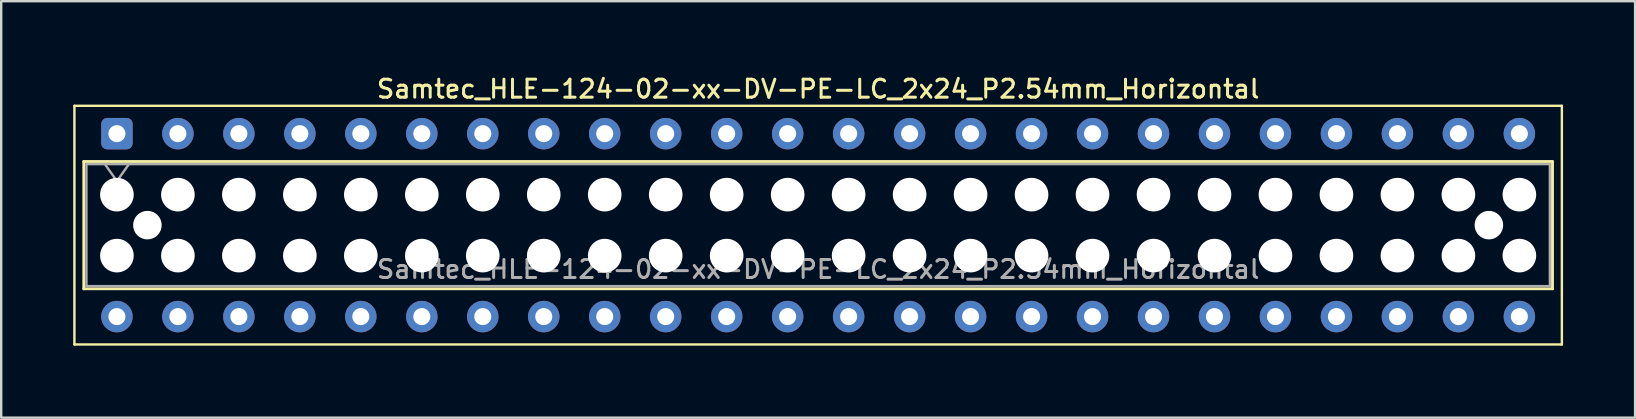
<source format=kicad_pcb>
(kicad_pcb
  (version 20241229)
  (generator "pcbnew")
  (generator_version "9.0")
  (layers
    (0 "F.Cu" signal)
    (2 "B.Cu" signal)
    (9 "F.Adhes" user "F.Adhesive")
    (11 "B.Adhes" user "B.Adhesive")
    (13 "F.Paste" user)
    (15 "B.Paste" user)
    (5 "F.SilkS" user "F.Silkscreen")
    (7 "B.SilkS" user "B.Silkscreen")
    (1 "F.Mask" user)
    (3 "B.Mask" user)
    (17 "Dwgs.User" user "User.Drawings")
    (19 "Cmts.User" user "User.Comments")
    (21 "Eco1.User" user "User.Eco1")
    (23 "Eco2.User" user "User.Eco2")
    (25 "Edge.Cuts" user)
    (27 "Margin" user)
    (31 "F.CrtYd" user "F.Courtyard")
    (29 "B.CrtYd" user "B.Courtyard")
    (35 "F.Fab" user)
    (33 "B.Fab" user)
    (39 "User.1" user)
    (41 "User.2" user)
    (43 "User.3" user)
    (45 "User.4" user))
  (footprint "Samtec_HLE-124-02-xx-DV-PE-LC_2x24_P2.54mm_Horizontal"
    (layer "F.Cu")
    (at 1.82 2.518)
    (property "Reference" "Samtec_HLE-124-02-xx-DV-PE-LC_2x24_P2.54mm_Horizontal" (at 29.21 -1.86 0) (layer "F.SilkS") (effects (font (size 0.75 0.75) (thickness 0.125))))
    (attr through_hole)
    (fp_line (start -1.77 -1.16) (end 60.19 -1.16) (stroke (width 0.1) (type solid)) (layer "F.SilkS"))
    (fp_line (start -1.77 8.78) (end -1.77 -1.16) (stroke (width 0.1) (type solid)) (layer "F.SilkS"))
    (fp_line (start -1.38 1.16) (end 59.8 1.16) (stroke (width 0.12) (type solid)) (layer "F.SilkS"))
    (fp_line (start -1.38 6.46) (end -1.38 1.16) (stroke (width 0.12) (type solid)) (layer "F.SilkS"))
    (fp_line (start 59.8 1.16) (end 59.8 6.46) (stroke (width 0.12) (type solid)) (layer "F.SilkS"))
    (fp_line (start 59.8 6.46) (end -1.38 6.46) (stroke (width 0.12) (type solid)) (layer "F.SilkS"))
    (fp_line (start 60.19 -1.16) (end 60.19 8.78) (stroke (width 0.1) (type solid)) (layer "F.SilkS"))
    (fp_line (start 60.19 8.78) (end -1.77 8.78) (stroke (width 0.1) (type solid)) (layer "F.SilkS"))
    (fp_line (start -1.27 1.27) (end 59.69 1.27) (stroke (width 0.1) (type solid)) (layer "F.Fab"))
    (fp_line (start -1.27 6.35) (end -1.27 1.27) (stroke (width 0.1) (type solid)) (layer "F.Fab"))
    (fp_line (start -0.5 1.27) (end 0 1.977) (stroke (width 0.1) (type solid)) (layer "F.Fab"))
    (fp_line (start 0 1.977) (end 0.5 1.27) (stroke (width 0.1) (type solid)) (layer "F.Fab"))
    (fp_line (start 59.69 1.27) (end 59.69 6.35) (stroke (width 0.1) (type solid)) (layer "F.Fab"))
    (fp_line (start 59.69 6.35) (end -1.27 6.35) (stroke (width 0.1) (type solid)) (layer "F.Fab"))
    (fp_text user "${REFERENCE}" (at 29.21 5.65 0) (layer "F.Fab") (effects (font (size 0.75 0.75) (thickness 0.125))))
    (pad "" np_thru_hole circle (at 0 2.54) (size 1.4 1.4) (drill 1.4) (layers "*.Cu" "*.Mask"))
    (pad "" np_thru_hole circle (at 0 5.08) (size 1.4 1.4) (drill 1.4) (layers "*.Cu" "*.Mask"))
    (pad "" np_thru_hole circle (at 1.27 3.81) (size 1.19 1.19) (drill 1.19) (layers "*.Cu" "*.Mask"))
    (pad "" np_thru_hole circle (at 2.54 2.54) (size 1.4 1.4) (drill 1.4) (layers "*.Cu" "*.Mask"))
    (pad "" np_thru_hole circle (at 2.54 5.08) (size 1.4 1.4) (drill 1.4) (layers "*.Cu" "*.Mask"))
    (pad "" np_thru_hole circle (at 5.08 2.54) (size 1.4 1.4) (drill 1.4) (layers "*.Cu" "*.Mask"))
    (pad "" np_thru_hole circle (at 5.08 5.08) (size 1.4 1.4) (drill 1.4) (layers "*.Cu" "*.Mask"))
    (pad "" np_thru_hole circle (at 7.62 2.54) (size 1.4 1.4) (drill 1.4) (layers "*.Cu" "*.Mask"))
    (pad "" np_thru_hole circle (at 7.62 5.08) (size 1.4 1.4) (drill 1.4) (layers "*.Cu" "*.Mask"))
    (pad "" np_thru_hole circle (at 10.16 2.54) (size 1.4 1.4) (drill 1.4) (layers "*.Cu" "*.Mask"))
    (pad "" np_thru_hole circle (at 10.16 5.08) (size 1.4 1.4) (drill 1.4) (layers "*.Cu" "*.Mask"))
    (pad "" np_thru_hole circle (at 12.7 2.54) (size 1.4 1.4) (drill 1.4) (layers "*.Cu" "*.Mask"))
    (pad "" np_thru_hole circle (at 12.7 5.08) (size 1.4 1.4) (drill 1.4) (layers "*.Cu" "*.Mask"))
    (pad "" np_thru_hole circle (at 15.24 2.54) (size 1.4 1.4) (drill 1.4) (layers "*.Cu" "*.Mask"))
    (pad "" np_thru_hole circle (at 15.24 5.08) (size 1.4 1.4) (drill 1.4) (layers "*.Cu" "*.Mask"))
    (pad "" np_thru_hole circle (at 17.78 2.54) (size 1.4 1.4) (drill 1.4) (layers "*.Cu" "*.Mask"))
    (pad "" np_thru_hole circle (at 17.78 5.08) (size 1.4 1.4) (drill 1.4) (layers "*.Cu" "*.Mask"))
    (pad "" np_thru_hole circle (at 20.32 2.54) (size 1.4 1.4) (drill 1.4) (layers "*.Cu" "*.Mask"))
    (pad "" np_thru_hole circle (at 20.32 5.08) (size 1.4 1.4) (drill 1.4) (layers "*.Cu" "*.Mask"))
    (pad "" np_thru_hole circle (at 22.86 2.54) (size 1.4 1.4) (drill 1.4) (layers "*.Cu" "*.Mask"))
    (pad "" np_thru_hole circle (at 22.86 5.08) (size 1.4 1.4) (drill 1.4) (layers "*.Cu" "*.Mask"))
    (pad "" np_thru_hole circle (at 25.4 2.54) (size 1.4 1.4) (drill 1.4) (layers "*.Cu" "*.Mask"))
    (pad "" np_thru_hole circle (at 25.4 5.08) (size 1.4 1.4) (drill 1.4) (layers "*.Cu" "*.Mask"))
    (pad "" np_thru_hole circle (at 27.94 2.54) (size 1.4 1.4) (drill 1.4) (layers "*.Cu" "*.Mask"))
    (pad "" np_thru_hole circle (at 27.94 5.08) (size 1.4 1.4) (drill 1.4) (layers "*.Cu" "*.Mask"))
    (pad "" np_thru_hole circle (at 30.48 2.54) (size 1.4 1.4) (drill 1.4) (layers "*.Cu" "*.Mask"))
    (pad "" np_thru_hole circle (at 30.48 5.08) (size 1.4 1.4) (drill 1.4) (layers "*.Cu" "*.Mask"))
    (pad "" np_thru_hole circle (at 33.02 2.54) (size 1.4 1.4) (drill 1.4) (layers "*.Cu" "*.Mask"))
    (pad "" np_thru_hole circle (at 33.02 5.08) (size 1.4 1.4) (drill 1.4) (layers "*.Cu" "*.Mask"))
    (pad "" np_thru_hole circle (at 35.56 2.54) (size 1.4 1.4) (drill 1.4) (layers "*.Cu" "*.Mask"))
    (pad "" np_thru_hole circle (at 35.56 5.08) (size 1.4 1.4) (drill 1.4) (layers "*.Cu" "*.Mask"))
    (pad "" np_thru_hole circle (at 38.1 2.54) (size 1.4 1.4) (drill 1.4) (layers "*.Cu" "*.Mask"))
    (pad "" np_thru_hole circle (at 38.1 5.08) (size 1.4 1.4) (drill 1.4) (layers "*.Cu" "*.Mask"))
    (pad "" np_thru_hole circle (at 40.64 2.54) (size 1.4 1.4) (drill 1.4) (layers "*.Cu" "*.Mask"))
    (pad "" np_thru_hole circle (at 40.64 5.08) (size 1.4 1.4) (drill 1.4) (layers "*.Cu" "*.Mask"))
    (pad "" np_thru_hole circle (at 43.18 2.54) (size 1.4 1.4) (drill 1.4) (layers "*.Cu" "*.Mask"))
    (pad "" np_thru_hole circle (at 43.18 5.08) (size 1.4 1.4) (drill 1.4) (layers "*.Cu" "*.Mask"))
    (pad "" np_thru_hole circle (at 45.72 2.54) (size 1.4 1.4) (drill 1.4) (layers "*.Cu" "*.Mask"))
    (pad "" np_thru_hole circle (at 45.72 5.08) (size 1.4 1.4) (drill 1.4) (layers "*.Cu" "*.Mask"))
    (pad "" np_thru_hole circle (at 48.26 2.54) (size 1.4 1.4) (drill 1.4) (layers "*.Cu" "*.Mask"))
    (pad "" np_thru_hole circle (at 48.26 5.08) (size 1.4 1.4) (drill 1.4) (layers "*.Cu" "*.Mask"))
    (pad "" np_thru_hole circle (at 50.8 2.54) (size 1.4 1.4) (drill 1.4) (layers "*.Cu" "*.Mask"))
    (pad "" np_thru_hole circle (at 50.8 5.08) (size 1.4 1.4) (drill 1.4) (layers "*.Cu" "*.Mask"))
    (pad "" np_thru_hole circle (at 53.34 2.54) (size 1.4 1.4) (drill 1.4) (layers "*.Cu" "*.Mask"))
    (pad "" np_thru_hole circle (at 53.34 5.08) (size 1.4 1.4) (drill 1.4) (layers "*.Cu" "*.Mask"))
    (pad "" np_thru_hole circle (at 55.88 2.54) (size 1.4 1.4) (drill 1.4) (layers "*.Cu" "*.Mask"))
    (pad "" np_thru_hole circle (at 55.88 5.08) (size 1.4 1.4) (drill 1.4) (layers "*.Cu" "*.Mask"))
    (pad "" np_thru_hole circle (at 57.15 3.81) (size 1.19 1.19) (drill 1.19) (layers "*.Cu" "*.Mask"))
    (pad "" np_thru_hole circle (at 58.42 2.54) (size 1.4 1.4) (drill 1.4) (layers "*.Cu" "*.Mask"))
    (pad "" np_thru_hole circle (at 58.42 5.08) (size 1.4 1.4) (drill 1.4) (layers "*.Cu" "*.Mask"))
    (pad "1" thru_hole roundrect (at 0 0) (size 1.31 1.31) (drill 0.71) (layers "*.Cu" "*.Mask") (roundrect_rratio 0.191))
    (pad "2" thru_hole circle (at 0 7.62) (size 1.31 1.31) (drill 0.71) (layers "*.Cu" "*.Mask"))
    (pad "3" thru_hole circle (at 2.54 0) (size 1.31 1.31) (drill 0.71) (layers "*.Cu" "*.Mask"))
    (pad "4" thru_hole circle (at 2.54 7.62) (size 1.31 1.31) (drill 0.71) (layers "*.Cu" "*.Mask"))
    (pad "5" thru_hole circle (at 5.08 0) (size 1.31 1.31) (drill 0.71) (layers "*.Cu" "*.Mask"))
    (pad "6" thru_hole circle (at 5.08 7.62) (size 1.31 1.31) (drill 0.71) (layers "*.Cu" "*.Mask"))
    (pad "7" thru_hole circle (at 7.62 0) (size 1.31 1.31) (drill 0.71) (layers "*.Cu" "*.Mask"))
    (pad "8" thru_hole circle (at 7.62 7.62) (size 1.31 1.31) (drill 0.71) (layers "*.Cu" "*.Mask"))
    (pad "9" thru_hole circle (at 10.16 0) (size 1.31 1.31) (drill 0.71) (layers "*.Cu" "*.Mask"))
    (pad "10" thru_hole circle (at 10.16 7.62) (size 1.31 1.31) (drill 0.71) (layers "*.Cu" "*.Mask"))
    (pad "11" thru_hole circle (at 12.7 0) (size 1.31 1.31) (drill 0.71) (layers "*.Cu" "*.Mask"))
    (pad "12" thru_hole circle (at 12.7 7.62) (size 1.31 1.31) (drill 0.71) (layers "*.Cu" "*.Mask"))
    (pad "13" thru_hole circle (at 15.24 0) (size 1.31 1.31) (drill 0.71) (layers "*.Cu" "*.Mask"))
    (pad "14" thru_hole circle (at 15.24 7.62) (size 1.31 1.31) (drill 0.71) (layers "*.Cu" "*.Mask"))
    (pad "15" thru_hole circle (at 17.78 0) (size 1.31 1.31) (drill 0.71) (layers "*.Cu" "*.Mask"))
    (pad "16" thru_hole circle (at 17.78 7.62) (size 1.31 1.31) (drill 0.71) (layers "*.Cu" "*.Mask"))
    (pad "17" thru_hole circle (at 20.32 0) (size 1.31 1.31) (drill 0.71) (layers "*.Cu" "*.Mask"))
    (pad "18" thru_hole circle (at 20.32 7.62) (size 1.31 1.31) (drill 0.71) (layers "*.Cu" "*.Mask"))
    (pad "19" thru_hole circle (at 22.86 0) (size 1.31 1.31) (drill 0.71) (layers "*.Cu" "*.Mask"))
    (pad "20" thru_hole circle (at 22.86 7.62) (size 1.31 1.31) (drill 0.71) (layers "*.Cu" "*.Mask"))
    (pad "21" thru_hole circle (at 25.4 0) (size 1.31 1.31) (drill 0.71) (layers "*.Cu" "*.Mask"))
    (pad "22" thru_hole circle (at 25.4 7.62) (size 1.31 1.31) (drill 0.71) (layers "*.Cu" "*.Mask"))
    (pad "23" thru_hole circle (at 27.94 0) (size 1.31 1.31) (drill 0.71) (layers "*.Cu" "*.Mask"))
    (pad "24" thru_hole circle (at 27.94 7.62) (size 1.31 1.31) (drill 0.71) (layers "*.Cu" "*.Mask"))
    (pad "25" thru_hole circle (at 30.48 0) (size 1.31 1.31) (drill 0.71) (layers "*.Cu" "*.Mask"))
    (pad "26" thru_hole circle (at 30.48 7.62) (size 1.31 1.31) (drill 0.71) (layers "*.Cu" "*.Mask"))
    (pad "27" thru_hole circle (at 33.02 0) (size 1.31 1.31) (drill 0.71) (layers "*.Cu" "*.Mask"))
    (pad "28" thru_hole circle (at 33.02 7.62) (size 1.31 1.31) (drill 0.71) (layers "*.Cu" "*.Mask"))
    (pad "29" thru_hole circle (at 35.56 0) (size 1.31 1.31) (drill 0.71) (layers "*.Cu" "*.Mask"))
    (pad "30" thru_hole circle (at 35.56 7.62) (size 1.31 1.31) (drill 0.71) (layers "*.Cu" "*.Mask"))
    (pad "31" thru_hole circle (at 38.1 0) (size 1.31 1.31) (drill 0.71) (layers "*.Cu" "*.Mask"))
    (pad "32" thru_hole circle (at 38.1 7.62) (size 1.31 1.31) (drill 0.71) (layers "*.Cu" "*.Mask"))
    (pad "33" thru_hole circle (at 40.64 0) (size 1.31 1.31) (drill 0.71) (layers "*.Cu" "*.Mask"))
    (pad "34" thru_hole circle (at 40.64 7.62) (size 1.31 1.31) (drill 0.71) (layers "*.Cu" "*.Mask"))
    (pad "35" thru_hole circle (at 43.18 0) (size 1.31 1.31) (drill 0.71) (layers "*.Cu" "*.Mask"))
    (pad "36" thru_hole circle (at 43.18 7.62) (size 1.31 1.31) (drill 0.71) (layers "*.Cu" "*.Mask"))
    (pad "37" thru_hole circle (at 45.72 0) (size 1.31 1.31) (drill 0.71) (layers "*.Cu" "*.Mask"))
    (pad "38" thru_hole circle (at 45.72 7.62) (size 1.31 1.31) (drill 0.71) (layers "*.Cu" "*.Mask"))
    (pad "39" thru_hole circle (at 48.26 0) (size 1.31 1.31) (drill 0.71) (layers "*.Cu" "*.Mask"))
    (pad "40" thru_hole circle (at 48.26 7.62) (size 1.31 1.31) (drill 0.71) (layers "*.Cu" "*.Mask"))
    (pad "41" thru_hole circle (at 50.8 0) (size 1.31 1.31) (drill 0.71) (layers "*.Cu" "*.Mask"))
    (pad "42" thru_hole circle (at 50.8 7.62) (size 1.31 1.31) (drill 0.71) (layers "*.Cu" "*.Mask"))
    (pad "43" thru_hole circle (at 53.34 0) (size 1.31 1.31) (drill 0.71) (layers "*.Cu" "*.Mask"))
    (pad "44" thru_hole circle (at 53.34 7.62) (size 1.31 1.31) (drill 0.71) (layers "*.Cu" "*.Mask"))
    (pad "45" thru_hole circle (at 55.88 0) (size 1.31 1.31) (drill 0.71) (layers "*.Cu" "*.Mask"))
    (pad "46" thru_hole circle (at 55.88 7.62) (size 1.31 1.31) (drill 0.71) (layers "*.Cu" "*.Mask"))
    (pad "47" thru_hole circle (at 58.42 0) (size 1.31 1.31) (drill 0.71) (layers "*.Cu" "*.Mask"))
    (pad "48" thru_hole circle (at 58.42 7.62) (size 1.31 1.31) (drill 0.71) (layers "*.Cu" "*.Mask")))
  (gr_rect
    (start -3 -3)
    (end 65.06 14.348)
    (stroke (width 0.1) (type default))
    (fill no)
    (layer "Edge.Cuts")))
</source>
